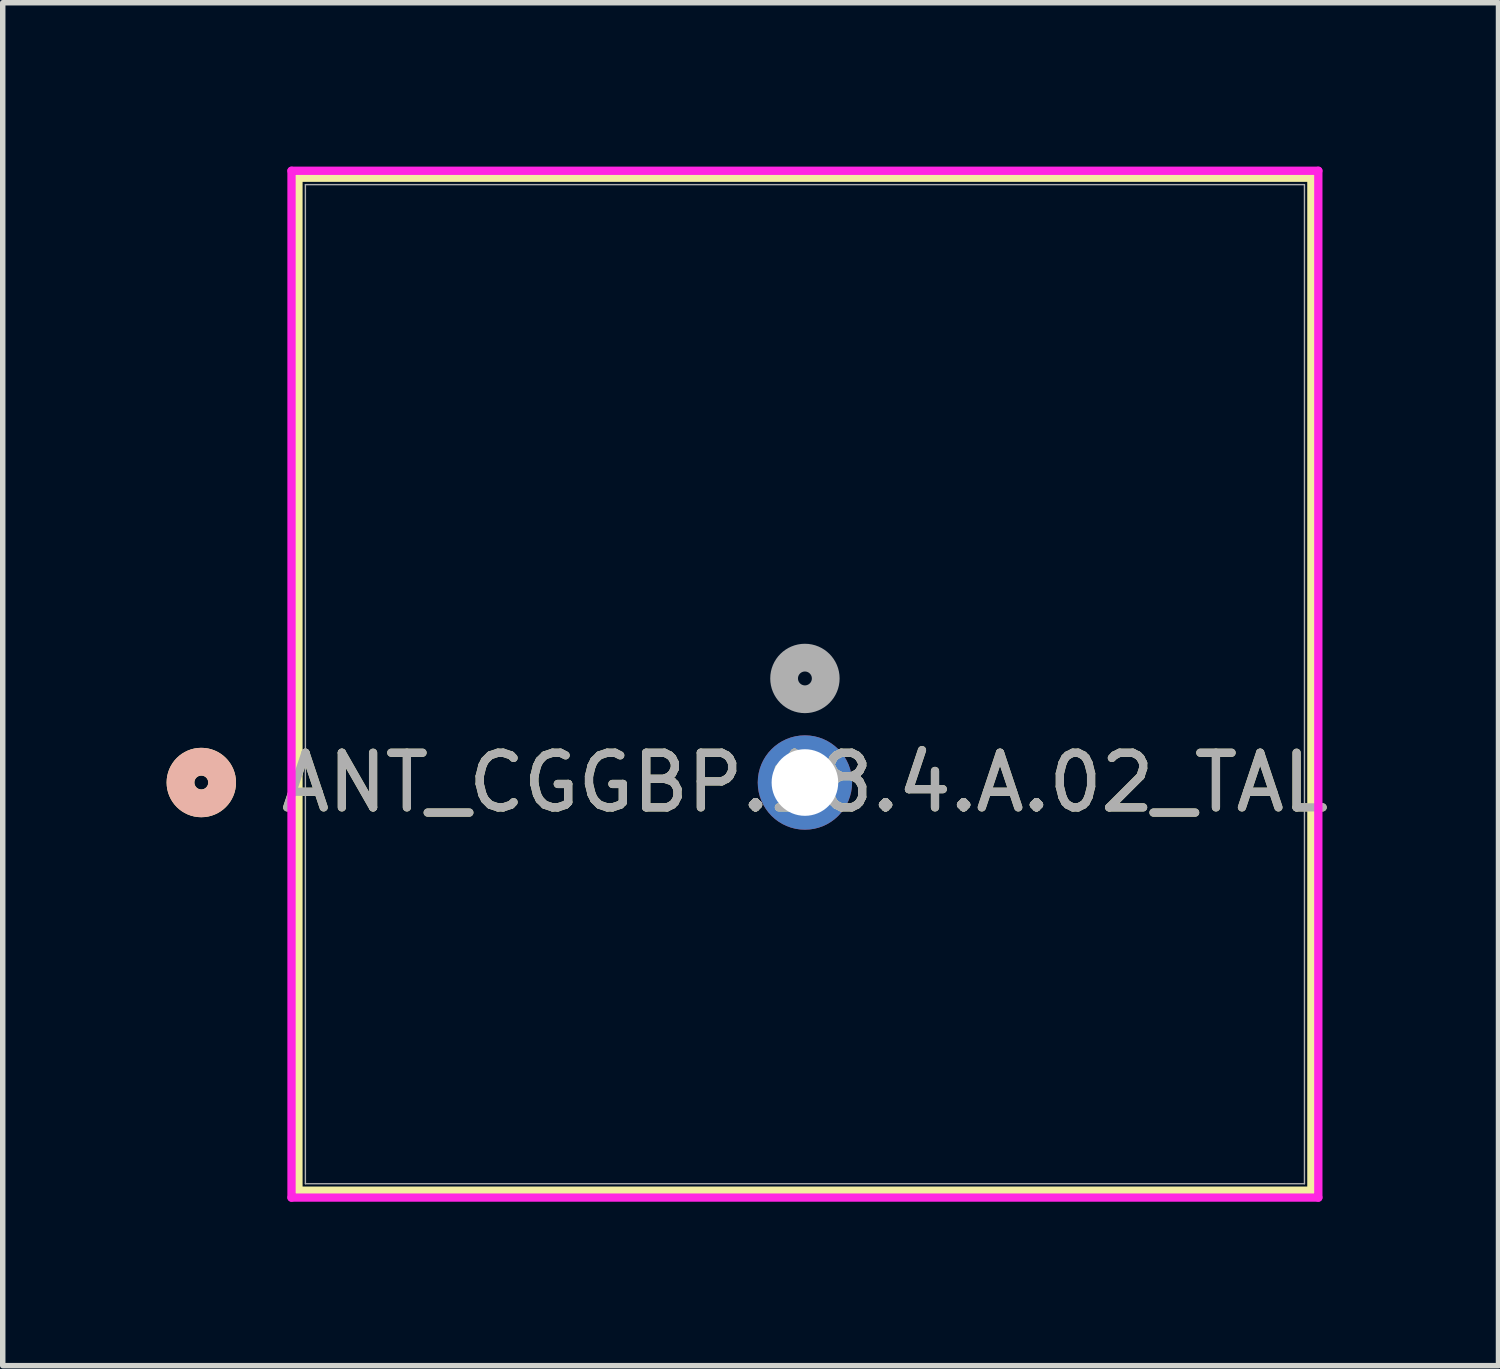
<source format=kicad_pcb>
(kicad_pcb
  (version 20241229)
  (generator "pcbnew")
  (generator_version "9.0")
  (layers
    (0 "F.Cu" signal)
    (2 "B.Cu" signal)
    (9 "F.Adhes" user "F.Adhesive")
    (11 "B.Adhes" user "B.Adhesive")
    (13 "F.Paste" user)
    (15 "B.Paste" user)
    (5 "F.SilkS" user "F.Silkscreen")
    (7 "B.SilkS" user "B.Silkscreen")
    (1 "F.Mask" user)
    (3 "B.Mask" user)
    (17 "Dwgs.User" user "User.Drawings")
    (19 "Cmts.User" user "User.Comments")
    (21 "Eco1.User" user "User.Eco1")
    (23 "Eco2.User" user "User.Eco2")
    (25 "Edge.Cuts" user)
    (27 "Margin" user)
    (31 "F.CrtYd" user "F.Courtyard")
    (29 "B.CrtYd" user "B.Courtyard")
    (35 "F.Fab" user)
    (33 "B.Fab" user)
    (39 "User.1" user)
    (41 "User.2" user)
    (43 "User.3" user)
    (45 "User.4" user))
  (footprint "ANT_CGGBP.18.4.A.02_TAL"
    (layer "F.Cu")
    (at 11.684 11.274)
    (property "Reference" "ANT_CGGBP.18.4.A.02_TAL" (at 0 0 0) (unlocked yes) (layer "F.SilkS") (effects (font (size 1 1) (thickness 0.15))))
    (attr through_hole)
    (fp_line (start -9.271 -11.071) (end -9.271 7.471) (stroke (width 0.152) (type solid)) (layer "F.SilkS"))
    (fp_line (start -9.271 7.471) (end 9.271 7.471) (stroke (width 0.152) (type solid)) (layer "F.SilkS"))
    (fp_line (start 9.271 -11.071) (end -9.271 -11.071) (stroke (width 0.152) (type solid)) (layer "F.SilkS"))
    (fp_line (start 9.271 7.471) (end 9.271 -11.071) (stroke (width 0.152) (type solid)) (layer "F.SilkS"))
    (fp_circle (center -11.049 0) (end -10.668 0) (stroke (width 0.508) (type solid)) (fill no) (layer "F.SilkS"))
    (fp_circle (center -11.049 0) (end -10.668 0) (stroke (width 0.508) (type solid)) (fill no) (layer "B.SilkS"))
    (fp_line (start -9.398 -11.198) (end -9.398 7.598) (stroke (width 0.152) (type solid)) (layer "F.CrtYd"))
    (fp_line (start -9.398 7.598) (end 9.398 7.598) (stroke (width 0.152) (type solid)) (layer "F.CrtYd"))
    (fp_line (start 9.398 -11.198) (end -9.398 -11.198) (stroke (width 0.152) (type solid)) (layer "F.CrtYd"))
    (fp_line (start 9.398 7.598) (end 9.398 -11.198) (stroke (width 0.152) (type solid)) (layer "F.CrtYd"))
    (fp_line (start -9.144 -10.944) (end -9.144 7.344) (stroke (width 0.025) (type solid)) (layer "F.Fab"))
    (fp_line (start -9.144 7.344) (end 9.144 7.344) (stroke (width 0.025) (type solid)) (layer "F.Fab"))
    (fp_line (start 9.144 -10.944) (end -9.144 -10.944) (stroke (width 0.025) (type solid)) (layer "F.Fab"))
    (fp_line (start 9.144 7.344) (end 9.144 -10.944) (stroke (width 0.025) (type solid)) (layer "F.Fab"))
    (fp_circle (center 0 -1.905) (end 0.381 -1.905) (stroke (width 0.508) (type solid)) (fill no) (layer "F.Fab"))
    (fp_text user "${REFERENCE}" (at 0 0 0) (unlocked yes) (layer "F.Fab") (effects (font (size 1 1) (thickness 0.15))))
    (pad "1" thru_hole circle (at 0 0) (size 1.727 1.727) (drill 1.219) (layers "*.Cu" "*.Mask")))
  (gr_rect
    (start -3 -3)
    (end 24.38 21.948)
    (stroke (width 0.1) (type default))
    (fill no)
    (layer "Edge.Cuts")))
</source>
